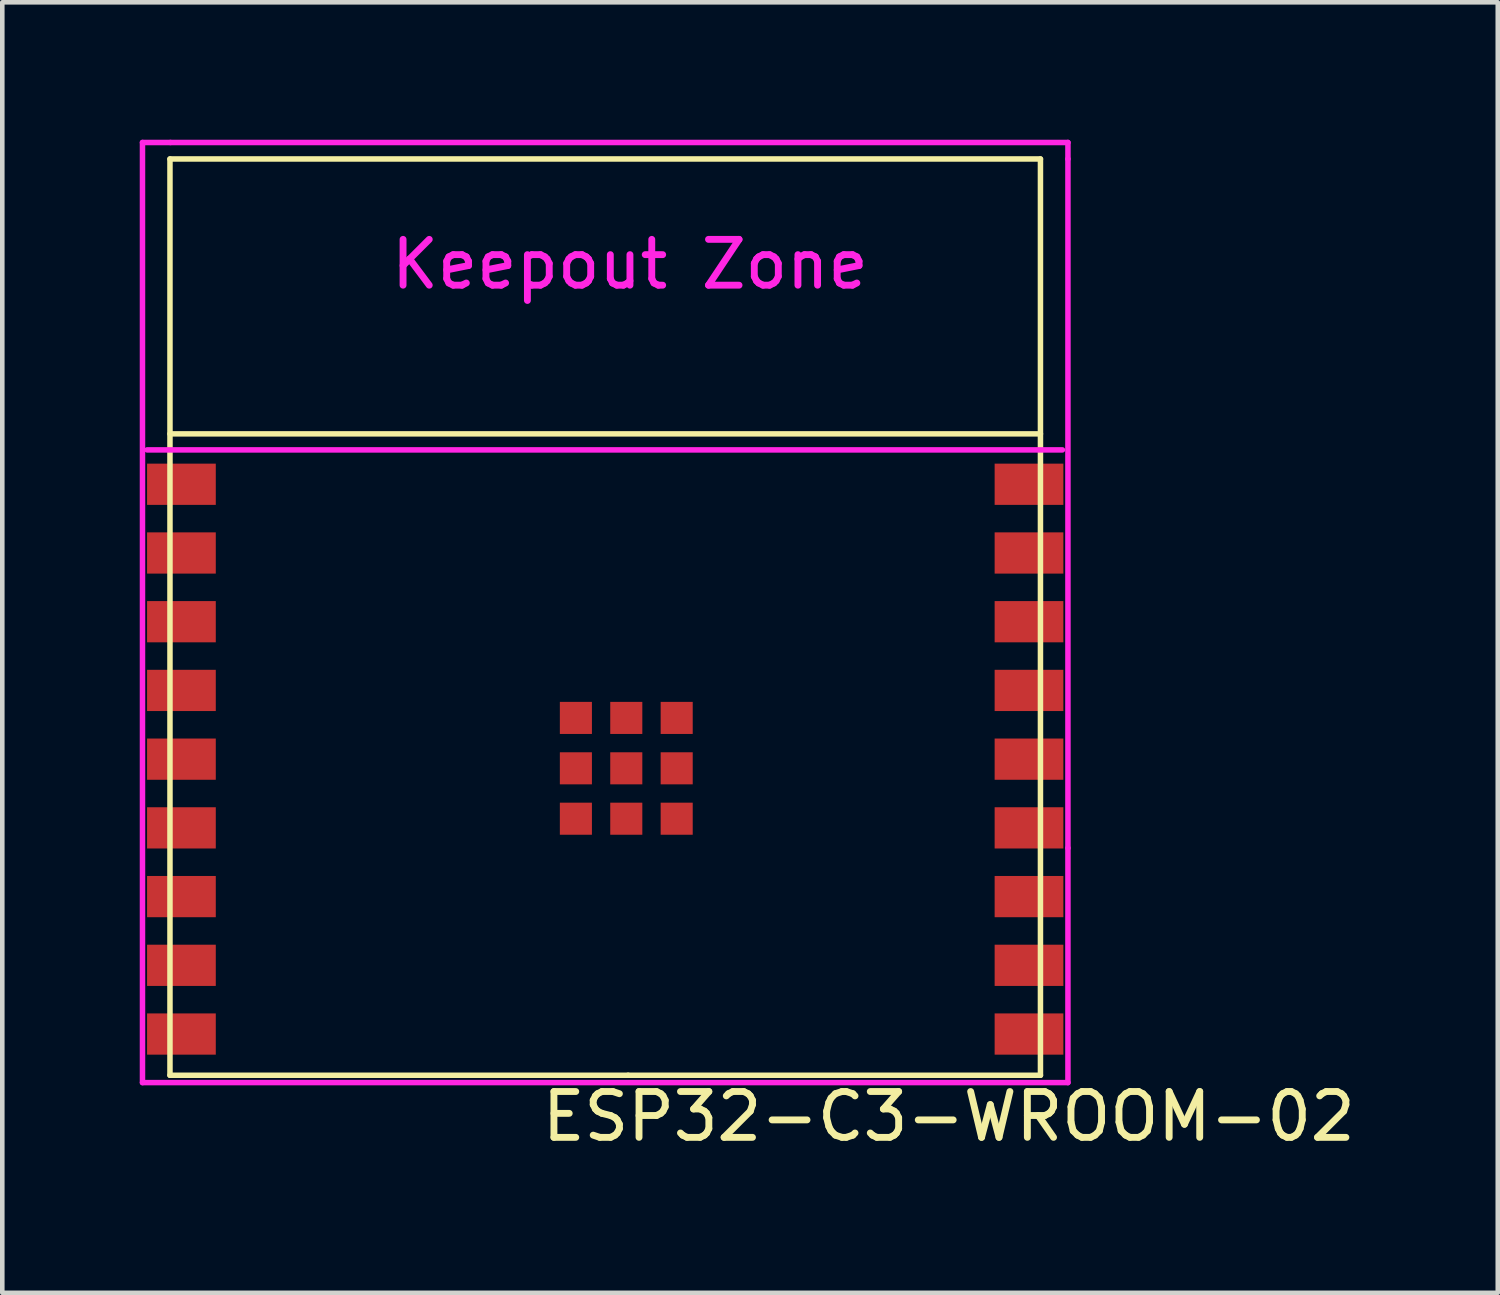
<source format=kicad_pcb>
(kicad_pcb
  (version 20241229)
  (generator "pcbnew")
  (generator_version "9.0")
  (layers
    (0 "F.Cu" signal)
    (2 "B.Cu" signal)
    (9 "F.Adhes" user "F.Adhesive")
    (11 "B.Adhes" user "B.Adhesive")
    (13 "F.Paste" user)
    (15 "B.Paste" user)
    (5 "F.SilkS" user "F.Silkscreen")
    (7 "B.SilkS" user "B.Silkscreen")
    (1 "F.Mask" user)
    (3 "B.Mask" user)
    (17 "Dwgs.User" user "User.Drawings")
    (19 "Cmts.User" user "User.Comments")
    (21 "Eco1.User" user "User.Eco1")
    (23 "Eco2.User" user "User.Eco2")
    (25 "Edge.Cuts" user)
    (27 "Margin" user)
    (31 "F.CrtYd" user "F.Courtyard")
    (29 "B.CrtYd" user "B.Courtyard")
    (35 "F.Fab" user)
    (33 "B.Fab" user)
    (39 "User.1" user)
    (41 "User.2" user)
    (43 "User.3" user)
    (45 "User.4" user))
  (footprint "ESP32-C3-WROOM-02"
    (layer "F.Cu")
    (at 10.66 10.42)
    (property "Reference" "ESP32-C3-WROOM-02" (at 7 10.9 0) (layer "F.SilkS") (effects (font (size 1 1) (thickness 0.15))))
    (attr through_hole)
    (fp_line (start -10 -10) (end -10 10) (stroke (width 0.12) (type solid)) (layer "F.SilkS"))
    (fp_line (start -10 -4) (end 9 -4) (stroke (width 0.12) (type solid)) (layer "F.SilkS"))
    (fp_line (start -10 10) (end 0 10) (stroke (width 0.12) (type solid)) (layer "F.SilkS"))
    (fp_line (start 0 10) (end 9 10) (stroke (width 0.12) (type solid)) (layer "F.SilkS"))
    (fp_line (start 9 -10) (end -10 -10) (stroke (width 0.12) (type solid)) (layer "F.SilkS"))
    (fp_line (start 9 10) (end 9 -10) (stroke (width 0.12) (type solid)) (layer "F.SilkS"))
    (fp_line (start -10.6 -10.36) (end -10.6 10.16) (stroke (width 0.12) (type solid)) (layer "F.CrtYd"))
    (fp_line (start -10.6 10.16) (end 9.6 10.16) (stroke (width 0.12) (type solid)) (layer "F.CrtYd"))
    (fp_line (start -10.5 -3.65) (end 9.48 -3.65) (stroke (width 0.12) (type solid)) (layer "F.CrtYd"))
    (fp_line (start -9.99 -10.36) (end -10.6 -10.36) (stroke (width 0.12) (type solid)) (layer "F.CrtYd"))
    (fp_line (start 9.6 -10.36) (end -9.99 -10.36) (stroke (width 0.12) (type solid)) (layer "F.CrtYd"))
    (fp_line (start 9.6 -10) (end 9.6 -10.36) (stroke (width 0.12) (type solid)) (layer "F.CrtYd"))
    (fp_line (start 9.6 5.04) (end 9.6 -10) (stroke (width 0.12) (type solid)) (layer "F.CrtYd"))
    (fp_line (start 9.6 10.16) (end 9.6 5.04) (stroke (width 0.12) (type solid)) (layer "F.CrtYd"))
    (fp_text user "Keepout Zone" (at 0.04 -7.7 0) (layer "F.CrtYd") (effects (font (size 1 1) (thickness 0.15))))
    (pad "1" smd rect (at -9.75 -2.9) (size 1.5 0.9) (layers "F.Cu" "F.Mask" "F.Paste"))
    (pad "2" smd rect (at -9.75 -1.4) (size 1.5 0.9) (layers "F.Cu" "F.Mask" "F.Paste"))
    (pad "3" smd rect (at -9.75 0.1) (size 1.5 0.9) (layers "F.Cu" "F.Mask" "F.Paste"))
    (pad "4" smd rect (at -9.75 1.6) (size 1.5 0.9) (layers "F.Cu" "F.Mask" "F.Paste"))
    (pad "5" smd rect (at -9.75 3.1) (size 1.5 0.9) (layers "F.Cu" "F.Mask" "F.Paste"))
    (pad "6" smd rect (at -9.75 4.6) (size 1.5 0.9) (layers "F.Cu" "F.Mask" "F.Paste"))
    (pad "7" smd rect (at -9.75 6.1) (size 1.5 0.9) (layers "F.Cu" "F.Mask" "F.Paste"))
    (pad "8" smd rect (at -9.75 7.6) (size 1.5 0.9) (layers "F.Cu" "F.Mask" "F.Paste"))
    (pad "9" smd rect (at -9.75 9.1) (size 1.5 0.9) (layers "F.Cu" "F.Mask" "F.Paste"))
    (pad "10" smd rect (at 8.75 9.1) (size 1.5 0.9) (layers "F.Cu" "F.Mask" "F.Paste"))
    (pad "11" smd rect (at 8.75 7.6) (size 1.5 0.9) (layers "F.Cu" "F.Mask" "F.Paste"))
    (pad "12" smd rect (at 8.75 6.1) (size 1.5 0.9) (layers "F.Cu" "F.Mask" "F.Paste"))
    (pad "13" smd rect (at 8.75 4.6) (size 1.5 0.9) (layers "F.Cu" "F.Mask" "F.Paste"))
    (pad "14" smd rect (at 8.75 3.1) (size 1.5 0.9) (layers "F.Cu" "F.Mask" "F.Paste"))
    (pad "15" smd rect (at 8.75 1.6) (size 1.5 0.9) (layers "F.Cu" "F.Mask" "F.Paste"))
    (pad "16" smd rect (at 8.75 0.1) (size 1.5 0.9) (layers "F.Cu" "F.Mask" "F.Paste"))
    (pad "17" smd rect (at 8.75 -1.4) (size 1.5 0.9) (layers "F.Cu" "F.Mask" "F.Paste"))
    (pad "18" smd rect (at 8.75 -2.9) (size 1.5 0.9) (layers "F.Cu" "F.Mask" "F.Paste"))
    (pad "19" smd rect (at -1.14 2.2) (size 0.7 0.7) (layers "F.Cu" "F.Mask" "F.Paste"))
    (pad "19" smd rect (at -1.14 3.3) (size 0.7 0.7) (layers "F.Cu" "F.Mask" "F.Paste"))
    (pad "19" smd rect (at -1.14 4.4) (size 0.7 0.7) (layers "F.Cu" "F.Mask" "F.Paste"))
    (pad "19" smd rect (at -0.04 2.2) (size 0.7 0.7) (layers "F.Cu" "F.Mask" "F.Paste"))
    (pad "19" smd rect (at -0.04 3.3) (size 0.7 0.7) (layers "F.Cu" "F.Mask" "F.Paste"))
    (pad "19" smd rect (at -0.04 4.4) (size 0.7 0.7) (layers "F.Cu" "F.Mask" "F.Paste"))
    (pad "19" smd rect (at 1.06 2.2) (size 0.7 0.7) (layers "F.Cu" "F.Mask" "F.Paste"))
    (pad "19" smd rect (at 1.06 3.3) (size 0.7 0.7) (layers "F.Cu" "F.Mask" "F.Paste"))
    (pad "19" smd rect (at 1.06 4.4) (size 0.7 0.7) (layers "F.Cu" "F.Mask" "F.Paste")))
  (gr_rect
    (start -3 -3)
    (end 29.642 25.168)
    (stroke (width 0.1) (type default))
    (fill no)
    (layer "Edge.Cuts")))
</source>
